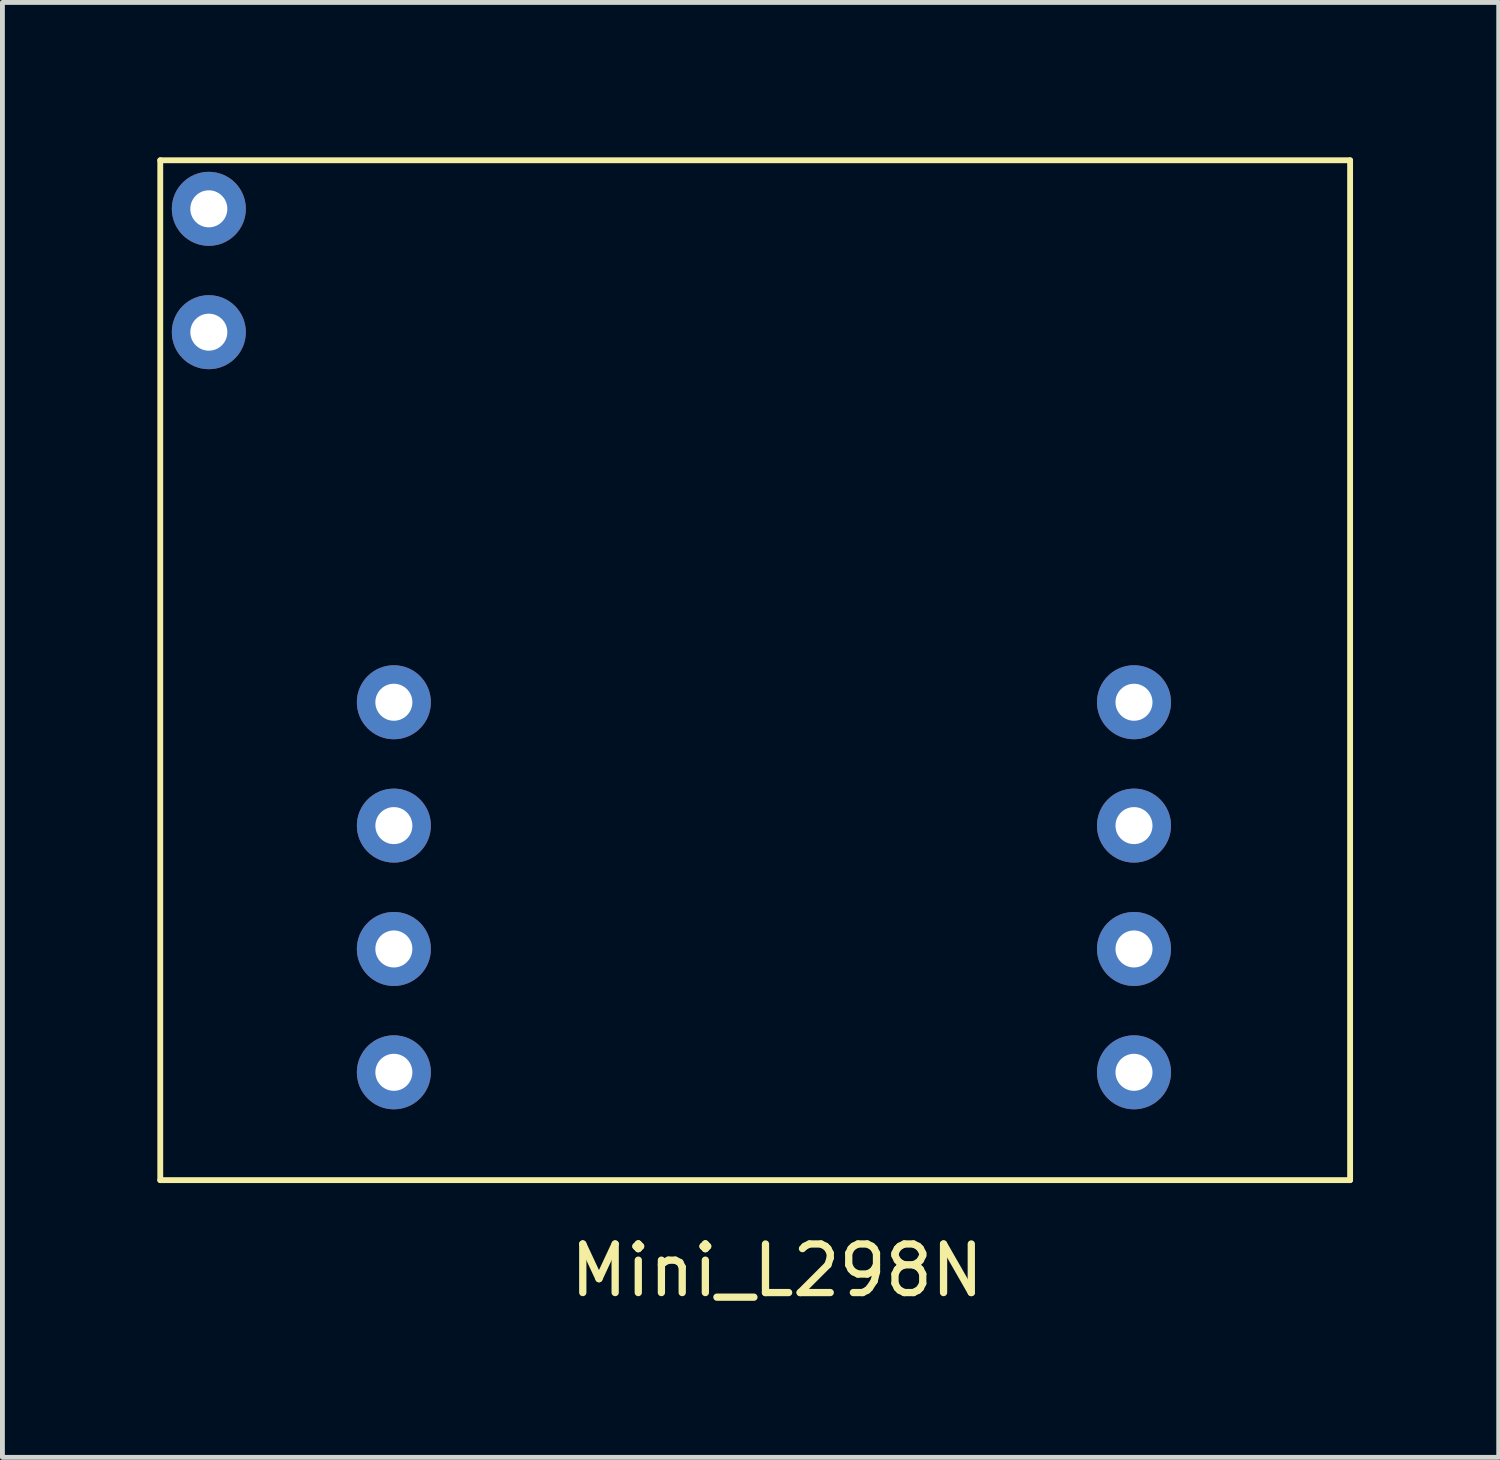
<source format=kicad_pcb>
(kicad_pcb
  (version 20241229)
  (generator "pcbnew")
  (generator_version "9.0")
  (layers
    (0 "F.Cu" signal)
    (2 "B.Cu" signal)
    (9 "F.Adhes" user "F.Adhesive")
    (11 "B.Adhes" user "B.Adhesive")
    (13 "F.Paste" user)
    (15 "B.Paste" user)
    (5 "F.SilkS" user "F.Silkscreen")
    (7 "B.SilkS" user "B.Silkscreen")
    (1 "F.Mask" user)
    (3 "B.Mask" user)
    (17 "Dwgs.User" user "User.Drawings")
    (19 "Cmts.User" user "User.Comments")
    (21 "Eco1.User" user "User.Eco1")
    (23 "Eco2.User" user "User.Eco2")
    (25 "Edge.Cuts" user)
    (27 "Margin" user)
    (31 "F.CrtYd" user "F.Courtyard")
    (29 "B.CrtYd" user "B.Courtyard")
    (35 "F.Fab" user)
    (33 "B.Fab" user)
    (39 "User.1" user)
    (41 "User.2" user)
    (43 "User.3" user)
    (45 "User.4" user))
  (footprint "Mini_L298N"
    (layer "F.Cu")
    (at 0.25 0.25)
    (property "Reference" "Mini_L298N" (at 12.7 22.86 0) (unlocked yes) (layer "F.SilkS") (effects (font (size 1 1) (thickness 0.15))))
    (attr through_hole)
    (fp_line (start 0 0) (end 0 21) (stroke (width 0.12) (type solid)) (layer "F.SilkS"))
    (fp_line (start 0 0) (end 24.5 0) (stroke (width 0.12) (type solid)) (layer "F.SilkS"))
    (fp_line (start 24.5 0) (end 24.5 21) (stroke (width 0.12) (type solid)) (layer "F.SilkS"))
    (fp_line (start 24.5 21) (end 0 21) (stroke (width 0.12) (type solid)) (layer "F.SilkS"))
    (pad "1" thru_hole circle (at 1 1) (size 1.524 1.524) (drill 0.762) (layers "*.Cu" "*.Mask"))
    (pad "2" thru_hole circle (at 1 3.54) (size 1.524 1.524) (drill 0.762) (layers "*.Cu" "*.Mask"))
    (pad "3" thru_hole circle (at 4.81 11.16) (size 1.524 1.524) (drill 0.762) (layers "*.Cu" "*.Mask"))
    (pad "4" thru_hole circle (at 4.81 13.7) (size 1.524 1.524) (drill 0.762) (layers "*.Cu" "*.Mask"))
    (pad "5" thru_hole circle (at 4.81 16.24) (size 1.524 1.524) (drill 0.762) (layers "*.Cu" "*.Mask"))
    (pad "6" thru_hole circle (at 4.81 18.78) (size 1.524 1.524) (drill 0.762) (layers "*.Cu" "*.Mask"))
    (pad "7" thru_hole circle (at 20.05 11.16) (size 1.524 1.524) (drill 0.762) (layers "*.Cu" "*.Mask"))
    (pad "8" thru_hole circle (at 20.05 13.7) (size 1.524 1.524) (drill 0.762) (layers "*.Cu" "*.Mask"))
    (pad "9" thru_hole circle (at 20.05 16.24) (size 1.524 1.524) (drill 0.762) (layers "*.Cu" "*.Mask"))
    (pad "10" thru_hole circle (at 20.05 18.78) (size 1.524 1.524) (drill 0.762) (layers "*.Cu" "*.Mask")))
  (gr_rect
    (start -3 -3)
    (end 27.81 26.958)
    (stroke (width 0.1) (type default))
    (fill no)
    (layer "Edge.Cuts")))
</source>
